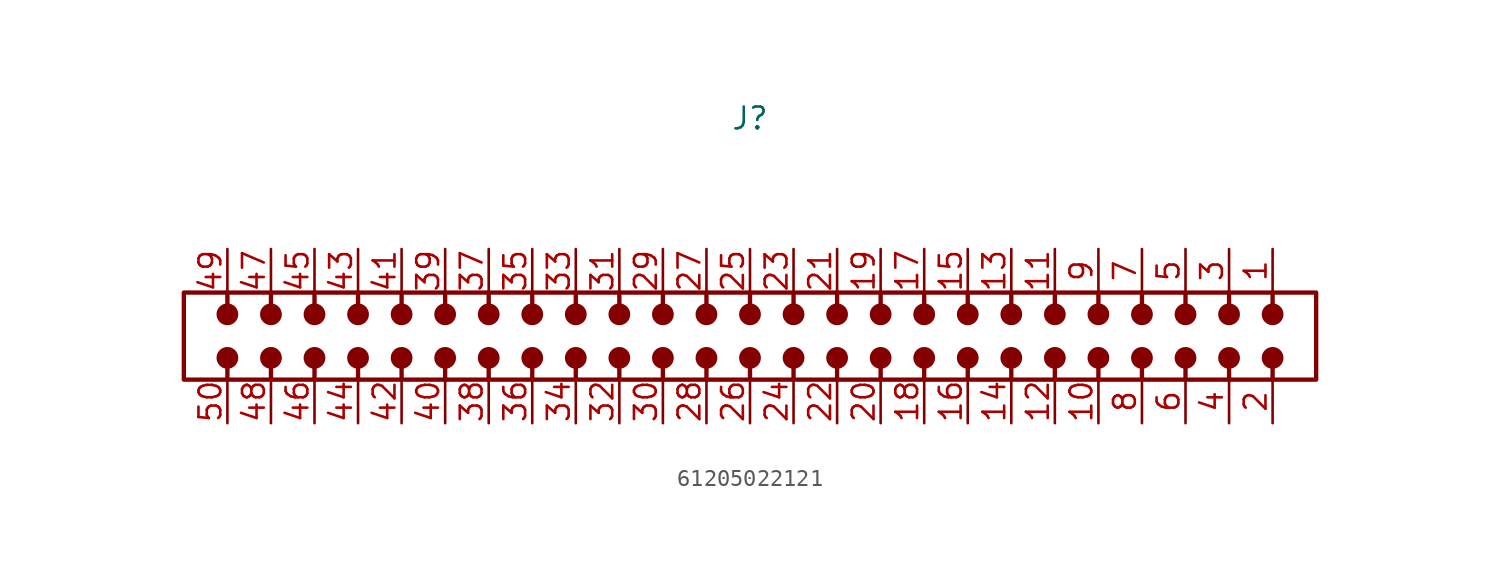
<source format=kicad_sym>
(kicad_symbol_lib
  (version 20241209)
  (generator "kicad_symbol_editor")
  (generator_version "9.0")
  (symbol "61205022121"
    (pin_names
      (hide yes))
    (property "Reference" "J"
      (at 0 12.7 0)
      (effects (font (size 1.27 1.27))))
    (symbol "61205022121_1_1"
      (rectangle (start -33.02 2.54) (end 33.02 -2.54) (stroke (width 0.254) (type solid)) (fill (type none)))
      (polyline (pts (xy -30.48 1.778) (xy -30.48 2.54)) (stroke (width 0.254) (type solid)) (fill (type none)))
      (circle (center -30.48 1.27) (radius 0.508) (stroke (width 0.254) (type solid)) (fill (type outline)))
      (circle (center -30.48 -1.27) (radius 0.508) (stroke (width 0.254) (type solid)) (fill (type outline)))
      (polyline (pts (xy -30.48 -1.778) (xy -30.48 -2.54)) (stroke (width 0.254) (type solid)) (fill (type none)))
      (polyline (pts (xy -27.94 1.778) (xy -27.94 2.54)) (stroke (width 0.254) (type solid)) (fill (type none)))
      (circle (center -27.94 1.27) (radius 0.508) (stroke (width 0.254) (type solid)) (fill (type outline)))
      (circle (center -27.94 -1.27) (radius 0.508) (stroke (width 0.254) (type solid)) (fill (type outline)))
      (polyline (pts (xy -27.94 -1.778) (xy -27.94 -2.54)) (stroke (width 0.254) (type solid)) (fill (type none)))
      (polyline (pts (xy -25.4 1.778) (xy -25.4 2.54)) (stroke (width 0.254) (type solid)) (fill (type none)))
      (circle (center -25.4 1.27) (radius 0.508) (stroke (width 0.254) (type solid)) (fill (type outline)))
      (circle (center -25.4 -1.27) (radius 0.508) (stroke (width 0.254) (type solid)) (fill (type outline)))
      (polyline (pts (xy -25.4 -1.778) (xy -25.4 -2.54)) (stroke (width 0.254) (type solid)) (fill (type none)))
      (polyline (pts (xy -22.86 1.778) (xy -22.86 2.54)) (stroke (width 0.254) (type solid)) (fill (type none)))
      (circle (center -22.86 1.27) (radius 0.508) (stroke (width 0.254) (type solid)) (fill (type outline)))
      (circle (center -22.86 -1.27) (radius 0.508) (stroke (width 0.254) (type solid)) (fill (type outline)))
      (polyline (pts (xy -22.86 -1.778) (xy -22.86 -2.54)) (stroke (width 0.254) (type solid)) (fill (type none)))
      (polyline (pts (xy -20.32 1.778) (xy -20.32 2.54)) (stroke (width 0.254) (type solid)) (fill (type none)))
      (circle (center -20.32 1.27) (radius 0.508) (stroke (width 0.254) (type solid)) (fill (type outline)))
      (circle (center -20.32 -1.27) (radius 0.508) (stroke (width 0.254) (type solid)) (fill (type outline)))
      (polyline (pts (xy -20.32 -1.778) (xy -20.32 -2.54)) (stroke (width 0.254) (type solid)) (fill (type none)))
      (polyline (pts (xy -17.78 1.778) (xy -17.78 2.54)) (stroke (width 0.254) (type solid)) (fill (type none)))
      (circle (center -17.78 1.27) (radius 0.508) (stroke (width 0.254) (type solid)) (fill (type outline)))
      (circle (center -17.78 -1.27) (radius 0.508) (stroke (width 0.254) (type solid)) (fill (type outline)))
      (polyline (pts (xy -17.78 -1.778) (xy -17.78 -2.54)) (stroke (width 0.254) (type solid)) (fill (type none)))
      (polyline (pts (xy -15.24 1.778) (xy -15.24 2.54)) (stroke (width 0.254) (type solid)) (fill (type none)))
      (circle (center -15.24 1.27) (radius 0.508) (stroke (width 0.254) (type solid)) (fill (type outline)))
      (circle (center -15.24 -1.27) (radius 0.508) (stroke (width 0.254) (type solid)) (fill (type outline)))
      (polyline (pts (xy -15.24 -1.778) (xy -15.24 -2.54)) (stroke (width 0.254) (type solid)) (fill (type none)))
      (polyline (pts (xy -12.7 1.778) (xy -12.7 2.54)) (stroke (width 0.254) (type solid)) (fill (type none)))
      (circle (center -12.7 1.27) (radius 0.508) (stroke (width 0.254) (type solid)) (fill (type outline)))
      (circle (center -12.7 -1.27) (radius 0.508) (stroke (width 0.254) (type solid)) (fill (type outline)))
      (polyline (pts (xy -12.7 -1.778) (xy -12.7 -2.54)) (stroke (width 0.254) (type solid)) (fill (type none)))
      (polyline (pts (xy -10.16 1.778) (xy -10.16 2.54)) (stroke (width 0.254) (type solid)) (fill (type none)))
      (circle (center -10.16 1.27) (radius 0.508) (stroke (width 0.254) (type solid)) (fill (type outline)))
      (circle (center -10.16 -1.27) (radius 0.508) (stroke (width 0.254) (type solid)) (fill (type outline)))
      (polyline (pts (xy -10.16 -1.778) (xy -10.16 -2.54)) (stroke (width 0.254) (type solid)) (fill (type none)))
      (polyline (pts (xy -7.62 1.778) (xy -7.62 2.54)) (stroke (width 0.254) (type solid)) (fill (type none)))
      (circle (center -7.62 1.27) (radius 0.508) (stroke (width 0.254) (type solid)) (fill (type outline)))
      (circle (center -7.62 -1.27) (radius 0.508) (stroke (width 0.254) (type solid)) (fill (type outline)))
      (polyline (pts (xy -7.62 -1.778) (xy -7.62 -2.54)) (stroke (width 0.254) (type solid)) (fill (type none)))
      (polyline (pts (xy -5.08 1.778) (xy -5.08 2.54)) (stroke (width 0.254) (type solid)) (fill (type none)))
      (circle (center -5.08 1.27) (radius 0.508) (stroke (width 0.254) (type solid)) (fill (type outline)))
      (circle (center -5.08 -1.27) (radius 0.508) (stroke (width 0.254) (type solid)) (fill (type outline)))
      (polyline (pts (xy -5.08 -1.778) (xy -5.08 -2.54)) (stroke (width 0.254) (type solid)) (fill (type none)))
      (polyline (pts (xy -2.54 1.778) (xy -2.54 2.54)) (stroke (width 0.254) (type solid)) (fill (type none)))
      (circle (center -2.54 1.27) (radius 0.508) (stroke (width 0.254) (type solid)) (fill (type outline)))
      (circle (center -2.54 -1.27) (radius 0.508) (stroke (width 0.254) (type solid)) (fill (type outline)))
      (polyline (pts (xy -2.54 -1.778) (xy -2.54 -2.54)) (stroke (width 0.254) (type solid)) (fill (type none)))
      (polyline (pts (xy 0 1.778) (xy 0 2.54)) (stroke (width 0.254) (type solid)) (fill (type none)))
      (circle (center 0 1.27) (radius 0.508) (stroke (width 0.254) (type solid)) (fill (type outline)))
      (circle (center 0 -1.27) (radius 0.508) (stroke (width 0.254) (type solid)) (fill (type outline)))
      (polyline (pts (xy 0 -1.778) (xy 0 -2.54)) (stroke (width 0.254) (type solid)) (fill (type none)))
      (polyline (pts (xy 2.54 1.778) (xy 2.54 2.54)) (stroke (width 0.254) (type solid)) (fill (type none)))
      (circle (center 2.54 1.27) (radius 0.508) (stroke (width 0.254) (type solid)) (fill (type outline)))
      (circle (center 2.54 -1.27) (radius 0.508) (stroke (width 0.254) (type solid)) (fill (type outline)))
      (polyline (pts (xy 2.54 -1.778) (xy 2.54 -2.54)) (stroke (width 0.254) (type solid)) (fill (type none)))
      (polyline (pts (xy 5.08 1.778) (xy 5.08 2.54)) (stroke (width 0.254) (type solid)) (fill (type none)))
      (circle (center 5.08 1.27) (radius 0.508) (stroke (width 0.254) (type solid)) (fill (type outline)))
      (circle (center 5.08 -1.27) (radius 0.508) (stroke (width 0.254) (type solid)) (fill (type outline)))
      (polyline (pts (xy 5.08 -1.778) (xy 5.08 -2.54)) (stroke (width 0.254) (type solid)) (fill (type none)))
      (polyline (pts (xy 7.62 1.778) (xy 7.62 2.54)) (stroke (width 0.254) (type solid)) (fill (type none)))
      (circle (center 7.62 1.27) (radius 0.508) (stroke (width 0.254) (type solid)) (fill (type outline)))
      (circle (center 7.62 -1.27) (radius 0.508) (stroke (width 0.254) (type solid)) (fill (type outline)))
      (polyline (pts (xy 7.62 -1.778) (xy 7.62 -2.54)) (stroke (width 0.254) (type solid)) (fill (type none)))
      (polyline (pts (xy 10.16 1.778) (xy 10.16 2.54)) (stroke (width 0.254) (type solid)) (fill (type none)))
      (circle (center 10.16 1.27) (radius 0.508) (stroke (width 0.254) (type solid)) (fill (type outline)))
      (circle (center 10.16 -1.27) (radius 0.508) (stroke (width 0.254) (type solid)) (fill (type outline)))
      (polyline (pts (xy 10.16 -1.778) (xy 10.16 -2.54)) (stroke (width 0.254) (type solid)) (fill (type none)))
      (polyline (pts (xy 12.7 1.778) (xy 12.7 2.54)) (stroke (width 0.254) (type solid)) (fill (type none)))
      (circle (center 12.7 1.27) (radius 0.508) (stroke (width 0.254) (type solid)) (fill (type outline)))
      (circle (center 12.7 -1.27) (radius 0.508) (stroke (width 0.254) (type solid)) (fill (type outline)))
      (polyline (pts (xy 12.7 -1.778) (xy 12.7 -2.54)) (stroke (width 0.254) (type solid)) (fill (type none)))
      (polyline (pts (xy 15.24 1.778) (xy 15.24 2.54)) (stroke (width 0.254) (type solid)) (fill (type none)))
      (circle (center 15.24 1.27) (radius 0.508) (stroke (width 0.254) (type solid)) (fill (type outline)))
      (circle (center 15.24 -1.27) (radius 0.508) (stroke (width 0.254) (type solid)) (fill (type outline)))
      (polyline (pts (xy 15.24 -1.778) (xy 15.24 -2.54)) (stroke (width 0.254) (type solid)) (fill (type none)))
      (polyline (pts (xy 17.78 1.778) (xy 17.78 2.54)) (stroke (width 0.254) (type solid)) (fill (type none)))
      (circle (center 17.78 1.27) (radius 0.508) (stroke (width 0.254) (type solid)) (fill (type outline)))
      (circle (center 17.78 -1.27) (radius 0.508) (stroke (width 0.254) (type solid)) (fill (type outline)))
      (polyline (pts (xy 17.78 -1.778) (xy 17.78 -2.54)) (stroke (width 0.254) (type solid)) (fill (type none)))
      (polyline (pts (xy 20.32 1.778) (xy 20.32 2.54)) (stroke (width 0.254) (type solid)) (fill (type none)))
      (circle (center 20.32 1.27) (radius 0.508) (stroke (width 0.254) (type solid)) (fill (type outline)))
      (circle (center 20.32 -1.27) (radius 0.508) (stroke (width 0.254) (type solid)) (fill (type outline)))
      (polyline (pts (xy 20.32 -1.778) (xy 20.32 -2.54)) (stroke (width 0.254) (type solid)) (fill (type none)))
      (polyline (pts (xy 22.86 1.778) (xy 22.86 2.54)) (stroke (width 0.254) (type solid)) (fill (type none)))
      (circle (center 22.86 1.27) (radius 0.508) (stroke (width 0.254) (type solid)) (fill (type outline)))
      (circle (center 22.86 -1.27) (radius 0.508) (stroke (width 0.254) (type solid)) (fill (type outline)))
      (polyline (pts (xy 22.86 -1.778) (xy 22.86 -2.54)) (stroke (width 0.254) (type solid)) (fill (type none)))
      (polyline (pts (xy 25.4 1.778) (xy 25.4 2.54)) (stroke (width 0.254) (type solid)) (fill (type none)))
      (circle (center 25.4 1.27) (radius 0.508) (stroke (width 0.254) (type solid)) (fill (type outline)))
      (circle (center 25.4 -1.27) (radius 0.508) (stroke (width 0.254) (type solid)) (fill (type outline)))
      (polyline (pts (xy 25.4 -1.778) (xy 25.4 -2.54)) (stroke (width 0.254) (type solid)) (fill (type none)))
      (polyline (pts (xy 27.94 1.778) (xy 27.94 2.54)) (stroke (width 0.254) (type solid)) (fill (type none)))
      (circle (center 27.94 1.27) (radius 0.508) (stroke (width 0.254) (type solid)) (fill (type outline)))
      (circle (center 27.94 -1.27) (radius 0.508) (stroke (width 0.254) (type solid)) (fill (type outline)))
      (polyline (pts (xy 27.94 -1.778) (xy 27.94 -2.54)) (stroke (width 0.254) (type solid)) (fill (type none)))
      (polyline (pts (xy 30.48 1.778) (xy 30.48 2.54)) (stroke (width 0.254) (type solid)) (fill (type none)))
      (circle (center 30.48 1.27) (radius 0.508) (stroke (width 0.254) (type solid)) (fill (type outline)))
      (circle (center 30.48 -1.27) (radius 0.508) (stroke (width 0.254) (type solid)) (fill (type outline)))
      (polyline (pts (xy 30.48 -1.778) (xy 30.48 -2.54)) (stroke (width 0.254) (type solid)) (fill (type none)))
      (pin passive line (at -30.48 5.08 270) (length 2.54) (name "49" (effects (font (size 1.27 1.27)))) (number "49" (effects (font (size 1.27 1.27)))))
      (pin passive line (at -30.48 -5.08 90) (length 2.54) (name "50" (effects (font (size 1.27 1.27)))) (number "50" (effects (font (size 1.27 1.27)))))
      (pin passive line (at -27.94 5.08 270) (length 2.54) (name "47" (effects (font (size 1.27 1.27)))) (number "47" (effects (font (size 1.27 1.27)))))
      (pin passive line (at -27.94 -5.08 90) (length 2.54) (name "48" (effects (font (size 1.27 1.27)))) (number "48" (effects (font (size 1.27 1.27)))))
      (pin passive line (at -25.4 5.08 270) (length 2.54) (name "45" (effects (font (size 1.27 1.27)))) (number "45" (effects (font (size 1.27 1.27)))))
      (pin passive line (at -25.4 -5.08 90) (length 2.54) (name "46" (effects (font (size 1.27 1.27)))) (number "46" (effects (font (size 1.27 1.27)))))
      (pin passive line (at -22.86 5.08 270) (length 2.54) (name "43" (effects (font (size 1.27 1.27)))) (number "43" (effects (font (size 1.27 1.27)))))
      (pin passive line (at -22.86 -5.08 90) (length 2.54) (name "44" (effects (font (size 1.27 1.27)))) (number "44" (effects (font (size 1.27 1.27)))))
      (pin passive line (at -20.32 5.08 270) (length 2.54) (name "41" (effects (font (size 1.27 1.27)))) (number "41" (effects (font (size 1.27 1.27)))))
      (pin passive line (at -20.32 -5.08 90) (length 2.54) (name "42" (effects (font (size 1.27 1.27)))) (number "42" (effects (font (size 1.27 1.27)))))
      (pin passive line (at -17.78 5.08 270) (length 2.54) (name "39" (effects (font (size 1.27 1.27)))) (number "39" (effects (font (size 1.27 1.27)))))
      (pin passive line (at -17.78 -5.08 90) (length 2.54) (name "40" (effects (font (size 1.27 1.27)))) (number "40" (effects (font (size 1.27 1.27)))))
      (pin passive line (at -15.24 5.08 270) (length 2.54) (name "37" (effects (font (size 1.27 1.27)))) (number "37" (effects (font (size 1.27 1.27)))))
      (pin passive line (at -15.24 -5.08 90) (length 2.54) (name "38" (effects (font (size 1.27 1.27)))) (number "38" (effects (font (size 1.27 1.27)))))
      (pin passive line (at -12.7 5.08 270) (length 2.54) (name "35" (effects (font (size 1.27 1.27)))) (number "35" (effects (font (size 1.27 1.27)))))
      (pin passive line (at -12.7 -5.08 90) (length 2.54) (name "36" (effects (font (size 1.27 1.27)))) (number "36" (effects (font (size 1.27 1.27)))))
      (pin passive line (at -10.16 5.08 270) (length 2.54) (name "33" (effects (font (size 1.27 1.27)))) (number "33" (effects (font (size 1.27 1.27)))))
      (pin passive line (at -10.16 -5.08 90) (length 2.54) (name "34" (effects (font (size 1.27 1.27)))) (number "34" (effects (font (size 1.27 1.27)))))
      (pin passive line (at -7.62 5.08 270) (length 2.54) (name "31" (effects (font (size 1.27 1.27)))) (number "31" (effects (font (size 1.27 1.27)))))
      (pin passive line (at -7.62 -5.08 90) (length 2.54) (name "32" (effects (font (size 1.27 1.27)))) (number "32" (effects (font (size 1.27 1.27)))))
      (pin passive line (at -5.08 5.08 270) (length 2.54) (name "29" (effects (font (size 1.27 1.27)))) (number "29" (effects (font (size 1.27 1.27)))))
      (pin passive line (at -5.08 -5.08 90) (length 2.54) (name "30" (effects (font (size 1.27 1.27)))) (number "30" (effects (font (size 1.27 1.27)))))
      (pin passive line (at -2.54 5.08 270) (length 2.54) (name "27" (effects (font (size 1.27 1.27)))) (number "27" (effects (font (size 1.27 1.27)))))
      (pin passive line (at -2.54 -5.08 90) (length 2.54) (name "28" (effects (font (size 1.27 1.27)))) (number "28" (effects (font (size 1.27 1.27)))))
      (pin passive line (at 0 5.08 270) (length 2.54) (name "25" (effects (font (size 1.27 1.27)))) (number "25" (effects (font (size 1.27 1.27)))))
      (pin passive line (at 0 -5.08 90) (length 2.54) (name "26" (effects (font (size 1.27 1.27)))) (number "26" (effects (font (size 1.27 1.27)))))
      (pin passive line (at 2.54 5.08 270) (length 2.54) (name "23" (effects (font (size 1.27 1.27)))) (number "23" (effects (font (size 1.27 1.27)))))
      (pin passive line (at 2.54 -5.08 90) (length 2.54) (name "24" (effects (font (size 1.27 1.27)))) (number "24" (effects (font (size 1.27 1.27)))))
      (pin passive line (at 5.08 5.08 270) (length 2.54) (name "21" (effects (font (size 1.27 1.27)))) (number "21" (effects (font (size 1.27 1.27)))))
      (pin passive line (at 5.08 -5.08 90) (length 2.54) (name "22" (effects (font (size 1.27 1.27)))) (number "22" (effects (font (size 1.27 1.27)))))
      (pin passive line (at 7.62 5.08 270) (length 2.54) (name "19" (effects (font (size 1.27 1.27)))) (number "19" (effects (font (size 1.27 1.27)))))
      (pin passive line (at 7.62 -5.08 90) (length 2.54) (name "20" (effects (font (size 1.27 1.27)))) (number "20" (effects (font (size 1.27 1.27)))))
      (pin passive line (at 10.16 5.08 270) (length 2.54) (name "17" (effects (font (size 1.27 1.27)))) (number "17" (effects (font (size 1.27 1.27)))))
      (pin passive line (at 10.16 -5.08 90) (length 2.54) (name "18" (effects (font (size 1.27 1.27)))) (number "18" (effects (font (size 1.27 1.27)))))
      (pin passive line (at 12.7 5.08 270) (length 2.54) (name "15" (effects (font (size 1.27 1.27)))) (number "15" (effects (font (size 1.27 1.27)))))
      (pin passive line (at 12.7 -5.08 90) (length 2.54) (name "16" (effects (font (size 1.27 1.27)))) (number "16" (effects (font (size 1.27 1.27)))))
      (pin passive line (at 15.24 5.08 270) (length 2.54) (name "13" (effects (font (size 1.27 1.27)))) (number "13" (effects (font (size 1.27 1.27)))))
      (pin passive line (at 15.24 -5.08 90) (length 2.54) (name "14" (effects (font (size 1.27 1.27)))) (number "14" (effects (font (size 1.27 1.27)))))
      (pin passive line (at 17.78 5.08 270) (length 2.54) (name "11" (effects (font (size 1.27 1.27)))) (number "11" (effects (font (size 1.27 1.27)))))
      (pin passive line (at 17.78 -5.08 90) (length 2.54) (name "12" (effects (font (size 1.27 1.27)))) (number "12" (effects (font (size 1.27 1.27)))))
      (pin passive line (at 20.32 5.08 270) (length 2.54) (name "9" (effects (font (size 1.27 1.27)))) (number "9" (effects (font (size 1.27 1.27)))))
      (pin passive line (at 20.32 -5.08 90) (length 2.54) (name "10" (effects (font (size 1.27 1.27)))) (number "10" (effects (font (size 1.27 1.27)))))
      (pin passive line (at 22.86 5.08 270) (length 2.54) (name "7" (effects (font (size 1.27 1.27)))) (number "7" (effects (font (size 1.27 1.27)))))
      (pin passive line (at 22.86 -5.08 90) (length 2.54) (name "8" (effects (font (size 1.27 1.27)))) (number "8" (effects (font (size 1.27 1.27)))))
      (pin passive line (at 25.4 5.08 270) (length 2.54) (name "5" (effects (font (size 1.27 1.27)))) (number "5" (effects (font (size 1.27 1.27)))))
      (pin passive line (at 25.4 -5.08 90) (length 2.54) (name "6" (effects (font (size 1.27 1.27)))) (number "6" (effects (font (size 1.27 1.27)))))
      (pin passive line (at 27.94 5.08 270) (length 2.54) (name "3" (effects (font (size 1.27 1.27)))) (number "3" (effects (font (size 1.27 1.27)))))
      (pin passive line (at 27.94 -5.08 90) (length 2.54) (name "4" (effects (font (size 1.27 1.27)))) (number "4" (effects (font (size 1.27 1.27)))))
      (pin passive line (at 30.48 5.08 270) (length 2.54) (name "1" (effects (font (size 1.27 1.27)))) (number "1" (effects (font (size 1.27 1.27)))))
      (pin passive line (at 30.48 -5.08 90) (length 2.54) (name "2" (effects (font (size 1.27 1.27)))) (number "2" (effects (font (size 1.27 1.27))))))))
</source>
